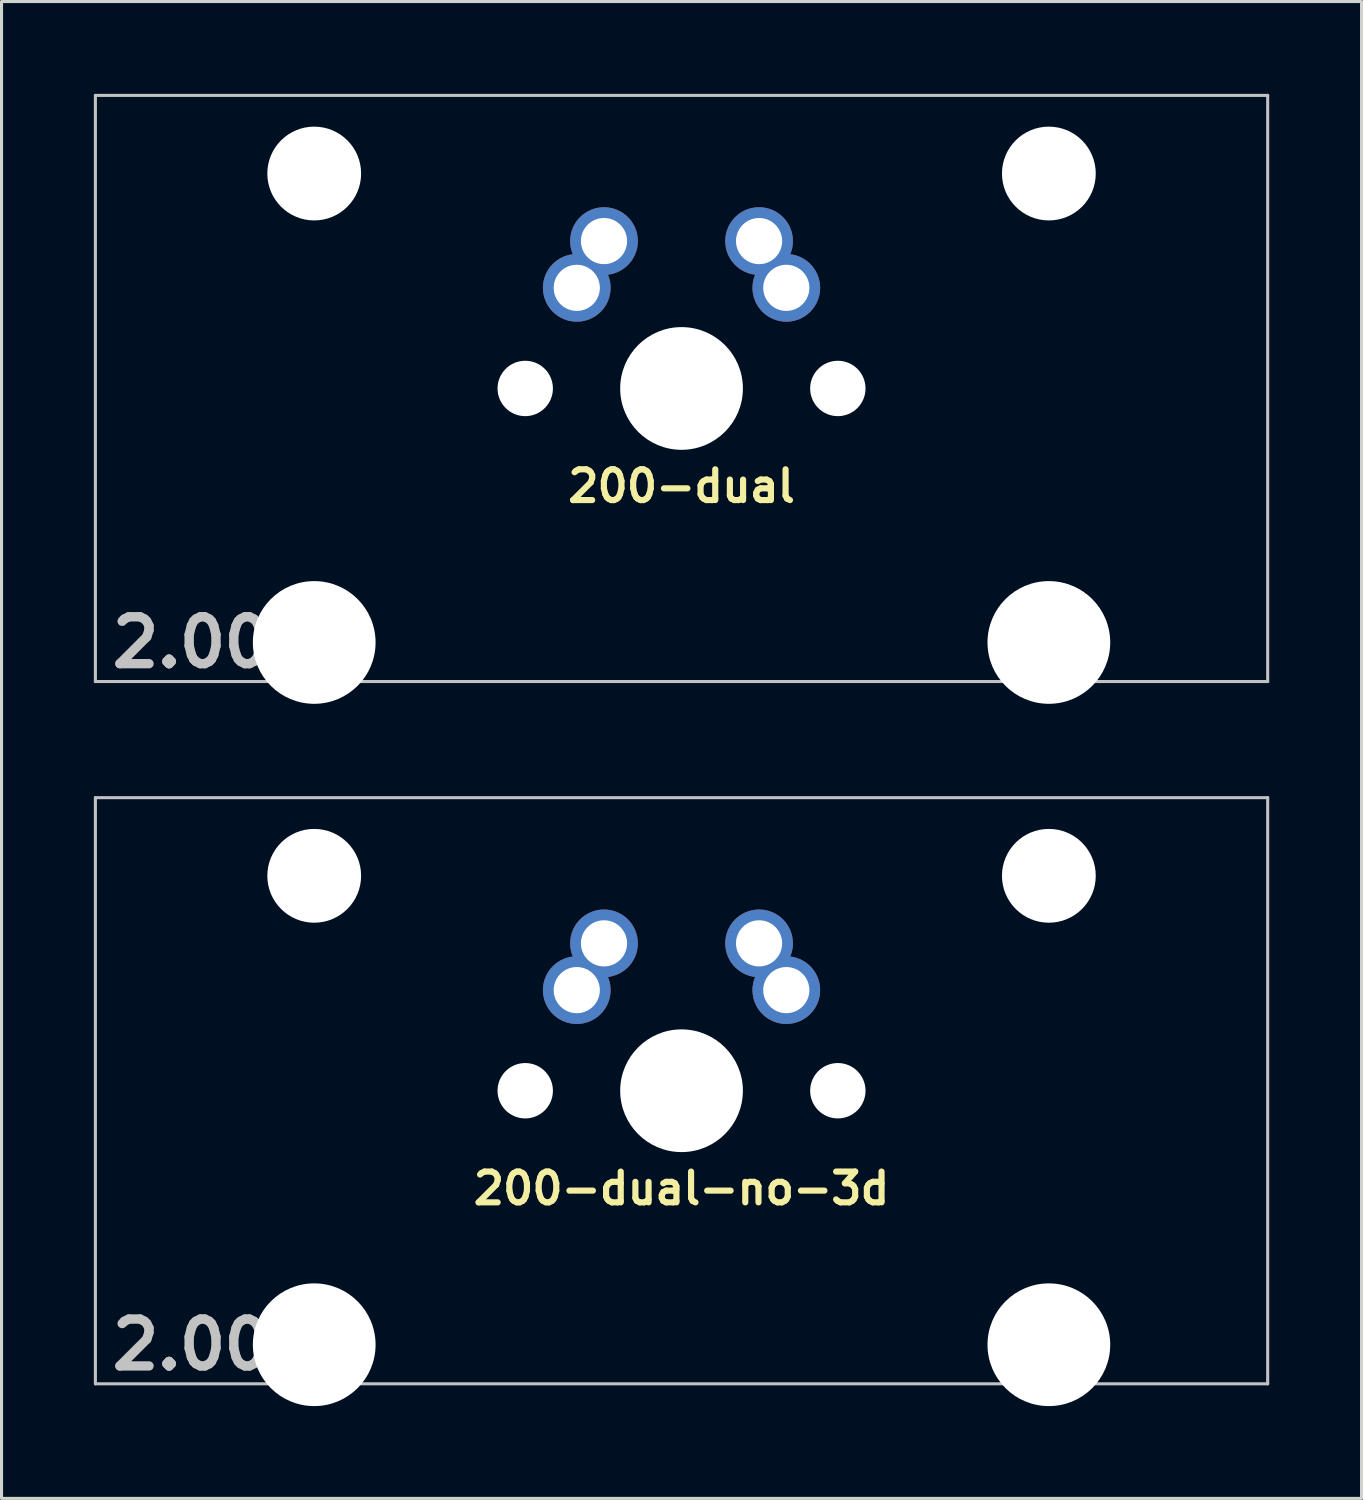
<source format=kicad_pcb>
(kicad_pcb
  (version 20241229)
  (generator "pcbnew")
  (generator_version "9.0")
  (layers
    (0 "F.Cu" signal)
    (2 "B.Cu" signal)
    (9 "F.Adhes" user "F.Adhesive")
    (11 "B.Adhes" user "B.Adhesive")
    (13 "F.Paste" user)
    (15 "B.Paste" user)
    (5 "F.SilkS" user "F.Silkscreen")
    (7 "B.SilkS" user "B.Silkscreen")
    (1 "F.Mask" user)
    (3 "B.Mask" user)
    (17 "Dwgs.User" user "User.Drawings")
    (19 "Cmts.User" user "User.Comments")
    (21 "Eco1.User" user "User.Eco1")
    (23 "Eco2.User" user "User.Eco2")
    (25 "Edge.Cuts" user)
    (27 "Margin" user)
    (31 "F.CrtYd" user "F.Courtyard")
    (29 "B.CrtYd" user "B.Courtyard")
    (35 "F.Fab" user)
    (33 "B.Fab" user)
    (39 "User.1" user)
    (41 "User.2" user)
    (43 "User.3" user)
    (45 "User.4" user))
  (footprint "200-dual-no-3d"
    (layer "F.Cu")
    (at 19.1 32.399)
    (property "Reference" "200-dual-no-3d" (at 0 3.175 0) (layer "F.SilkS") (effects (font (size 1 1) (thickness 0.2))))
    (attr through_hole)
    (fp_line (start -19.05 -9.525) (end 19.05 -9.525) (stroke (width 0.1) (type solid)) (layer "Dwgs.User"))
    (fp_line (start -19.05 9.525) (end -19.05 -9.525) (stroke (width 0.1) (type solid)) (layer "Dwgs.User"))
    (fp_line (start 19.05 -9.525) (end 19.05 9.525) (stroke (width 0.1) (type solid)) (layer "Dwgs.User"))
    (fp_line (start 19.05 9.525) (end -19.05 9.525) (stroke (width 0.1) (type solid)) (layer "Dwgs.User"))
    (fp_line (start -16.129 -2.286) (end -15.265 -2.286) (stroke (width 0.152) (type solid)) (layer "Eco2.User"))
    (fp_line (start -16.129 0.508) (end -16.129 -2.286) (stroke (width 0.152) (type solid)) (layer "Eco2.User"))
    (fp_line (start -15.265 -5.69) (end -8.611 -5.69) (stroke (width 0.152) (type solid)) (layer "Eco2.User"))
    (fp_line (start -15.265 -2.286) (end -15.265 -5.69) (stroke (width 0.152) (type solid)) (layer "Eco2.User"))
    (fp_line (start -15.265 0.508) (end -16.129 0.508) (stroke (width 0.152) (type solid)) (layer "Eco2.User"))
    (fp_line (start -15.265 6.604) (end -15.265 0.508) (stroke (width 0.152) (type solid)) (layer "Eco2.User"))
    (fp_line (start -14.224 6.604) (end -15.265 6.604) (stroke (width 0.152) (type solid)) (layer "Eco2.User"))
    (fp_line (start -14.224 7.772) (end -14.224 6.604) (stroke (width 0.152) (type solid)) (layer "Eco2.User"))
    (fp_line (start -9.652 6.604) (end -9.652 7.772) (stroke (width 0.152) (type solid)) (layer "Eco2.User"))
    (fp_line (start -9.652 7.772) (end -14.224 7.772) (stroke (width 0.152) (type solid)) (layer "Eco2.User"))
    (fp_line (start -8.611 -5.69) (end -8.611 -4.877) (stroke (width 0.152) (type solid)) (layer "Eco2.User"))
    (fp_line (start -8.611 -4.877) (end -6.985 -4.877) (stroke (width 0.152) (type solid)) (layer "Eco2.User"))
    (fp_line (start -8.611 5.817) (end -8.611 6.604) (stroke (width 0.152) (type solid)) (layer "Eco2.User"))
    (fp_line (start -8.611 6.604) (end -9.652 6.604) (stroke (width 0.152) (type solid)) (layer "Eco2.User"))
    (fp_line (start -6.985 -6.985) (end 6.985 -6.985) (stroke (width 0.152) (type solid)) (layer "Eco2.User"))
    (fp_line (start -6.985 -4.877) (end -6.985 -6.985) (stroke (width 0.152) (type solid)) (layer "Eco2.User"))
    (fp_line (start -6.985 5.817) (end -8.611 5.817) (stroke (width 0.152) (type solid)) (layer "Eco2.User"))
    (fp_line (start -6.985 6.985) (end -6.985 5.817) (stroke (width 0.152) (type solid)) (layer "Eco2.User"))
    (fp_line (start 6.985 -6.985) (end 6.985 -4.877) (stroke (width 0.152) (type solid)) (layer "Eco2.User"))
    (fp_line (start 6.985 -4.877) (end 8.611 -4.877) (stroke (width 0.152) (type solid)) (layer "Eco2.User"))
    (fp_line (start 6.985 5.817) (end 6.985 6.985) (stroke (width 0.152) (type solid)) (layer "Eco2.User"))
    (fp_line (start 6.985 6.985) (end -6.985 6.985) (stroke (width 0.152) (type solid)) (layer "Eco2.User"))
    (fp_line (start 8.611 -5.69) (end 15.265 -5.69) (stroke (width 0.152) (type solid)) (layer "Eco2.User"))
    (fp_line (start 8.611 -4.877) (end 8.611 -5.69) (stroke (width 0.152) (type solid)) (layer "Eco2.User"))
    (fp_line (start 8.611 5.817) (end 6.985 5.817) (stroke (width 0.152) (type solid)) (layer "Eco2.User"))
    (fp_line (start 8.611 6.604) (end 8.611 5.817) (stroke (width 0.152) (type solid)) (layer "Eco2.User"))
    (fp_line (start 9.652 6.604) (end 8.611 6.604) (stroke (width 0.152) (type solid)) (layer "Eco2.User"))
    (fp_line (start 9.652 7.772) (end 9.652 6.604) (stroke (width 0.152) (type solid)) (layer "Eco2.User"))
    (fp_line (start 14.224 6.604) (end 14.224 7.772) (stroke (width 0.152) (type solid)) (layer "Eco2.User"))
    (fp_line (start 14.224 7.772) (end 9.652 7.772) (stroke (width 0.152) (type solid)) (layer "Eco2.User"))
    (fp_line (start 15.265 -5.69) (end 15.265 -2.286) (stroke (width 0.152) (type solid)) (layer "Eco2.User"))
    (fp_line (start 15.265 -2.286) (end 16.129 -2.286) (stroke (width 0.152) (type solid)) (layer "Eco2.User"))
    (fp_line (start 15.265 0.508) (end 15.265 6.604) (stroke (width 0.152) (type solid)) (layer "Eco2.User"))
    (fp_line (start 15.265 6.604) (end 14.224 6.604) (stroke (width 0.152) (type solid)) (layer "Eco2.User"))
    (fp_line (start 16.129 -2.286) (end 16.129 0.508) (stroke (width 0.152) (type solid)) (layer "Eco2.User"))
    (fp_line (start 16.129 0.508) (end 15.265 0.508) (stroke (width 0.152) (type solid)) (layer "Eco2.User"))
    (fp_text user "2.00u" (at -15.24 8.255 0) (layer "Dwgs.User") (effects (font (size 1.524 1.524) (thickness 0.305))))
    (pad "" np_thru_hole circle (at -11.938 -6.985) (size 3.048 3.048) (drill 3.048) (layers "*.Cu" "*.Mask"))
    (pad "" np_thru_hole circle (at -11.938 8.255) (size 3.988 3.988) (drill 3.988) (layers "*.Cu" "*.Mask"))
    (pad "" np_thru_hole circle (at -5.08 0) (size 1.8 1.8) (drill 1.8) (layers "*.Cu" "*.Mask"))
    (pad "" np_thru_hole circle (at 0 0) (size 3.988 3.988) (drill 3.988) (layers "*.Cu" "*.Mask"))
    (pad "" np_thru_hole circle (at 5.08 0) (size 1.8 1.8) (drill 1.8) (layers "*.Cu" "*.Mask"))
    (pad "" np_thru_hole circle (at 11.938 -6.985) (size 3.048 3.048) (drill 3.048) (layers "*.Cu" "*.Mask"))
    (pad "" np_thru_hole circle (at 11.938 8.255) (size 3.988 3.988) (drill 3.988) (layers "*.Cu" "*.Mask"))
    (pad "1" thru_hole circle (at -3.405 -3.27 29) (size 2.2 2.2) (drill 1.5) (layers "*.Cu" "*.Mask"))
    (pad "1" thru_hole circle (at -2.52 -4.79) (size 2.2 2.2) (drill 1.5) (layers "*.Cu" "*.Mask"))
    (pad "2" thru_hole circle (at 2.52 -4.79) (size 2.2 2.2) (drill 1.5) (layers "*.Cu" "*.Mask"))
    (pad "2" thru_hole circle (at 3.405 -3.27 29) (size 2.2 2.2) (drill 1.5) (layers "*.Cu" "*.Mask")))
  (footprint "200-dual"
    (layer "F.Cu")
    (at 19.1 9.575)
    (property "Reference" "200-dual" (at 0 3.175 0) (layer "F.SilkS") (effects (font (size 1 1) (thickness 0.2))))
    (attr through_hole)
    (fp_line (start -19.05 -9.525) (end 19.05 -9.525) (stroke (width 0.1) (type solid)) (layer "Dwgs.User"))
    (fp_line (start -19.05 9.525) (end -19.05 -9.525) (stroke (width 0.1) (type solid)) (layer "Dwgs.User"))
    (fp_line (start 19.05 -9.525) (end 19.05 9.525) (stroke (width 0.1) (type solid)) (layer "Dwgs.User"))
    (fp_line (start 19.05 9.525) (end -19.05 9.525) (stroke (width 0.1) (type solid)) (layer "Dwgs.User"))
    (fp_line (start -16.129 -2.286) (end -15.265 -2.286) (stroke (width 0.152) (type solid)) (layer "Eco2.User"))
    (fp_line (start -16.129 0.508) (end -16.129 -2.286) (stroke (width 0.152) (type solid)) (layer "Eco2.User"))
    (fp_line (start -15.265 -5.69) (end -8.611 -5.69) (stroke (width 0.152) (type solid)) (layer "Eco2.User"))
    (fp_line (start -15.265 -2.286) (end -15.265 -5.69) (stroke (width 0.152) (type solid)) (layer "Eco2.User"))
    (fp_line (start -15.265 0.508) (end -16.129 0.508) (stroke (width 0.152) (type solid)) (layer "Eco2.User"))
    (fp_line (start -15.265 6.604) (end -15.265 0.508) (stroke (width 0.152) (type solid)) (layer "Eco2.User"))
    (fp_line (start -14.224 6.604) (end -15.265 6.604) (stroke (width 0.152) (type solid)) (layer "Eco2.User"))
    (fp_line (start -14.224 7.772) (end -14.224 6.604) (stroke (width 0.152) (type solid)) (layer "Eco2.User"))
    (fp_line (start -9.652 6.604) (end -9.652 7.772) (stroke (width 0.152) (type solid)) (layer "Eco2.User"))
    (fp_line (start -9.652 7.772) (end -14.224 7.772) (stroke (width 0.152) (type solid)) (layer "Eco2.User"))
    (fp_line (start -8.611 -5.69) (end -8.611 -4.877) (stroke (width 0.152) (type solid)) (layer "Eco2.User"))
    (fp_line (start -8.611 -4.877) (end -6.985 -4.877) (stroke (width 0.152) (type solid)) (layer "Eco2.User"))
    (fp_line (start -8.611 5.817) (end -8.611 6.604) (stroke (width 0.152) (type solid)) (layer "Eco2.User"))
    (fp_line (start -8.611 6.604) (end -9.652 6.604) (stroke (width 0.152) (type solid)) (layer "Eco2.User"))
    (fp_line (start -6.985 -6.985) (end 6.985 -6.985) (stroke (width 0.152) (type solid)) (layer "Eco2.User"))
    (fp_line (start -6.985 -4.877) (end -6.985 -6.985) (stroke (width 0.152) (type solid)) (layer "Eco2.User"))
    (fp_line (start -6.985 5.817) (end -8.611 5.817) (stroke (width 0.152) (type solid)) (layer "Eco2.User"))
    (fp_line (start -6.985 6.985) (end -6.985 5.817) (stroke (width 0.152) (type solid)) (layer "Eco2.User"))
    (fp_line (start 6.985 -6.985) (end 6.985 -4.877) (stroke (width 0.152) (type solid)) (layer "Eco2.User"))
    (fp_line (start 6.985 -4.877) (end 8.611 -4.877) (stroke (width 0.152) (type solid)) (layer "Eco2.User"))
    (fp_line (start 6.985 5.817) (end 6.985 6.985) (stroke (width 0.152) (type solid)) (layer "Eco2.User"))
    (fp_line (start 6.985 6.985) (end -6.985 6.985) (stroke (width 0.152) (type solid)) (layer "Eco2.User"))
    (fp_line (start 8.611 -5.69) (end 15.265 -5.69) (stroke (width 0.152) (type solid)) (layer "Eco2.User"))
    (fp_line (start 8.611 -4.877) (end 8.611 -5.69) (stroke (width 0.152) (type solid)) (layer "Eco2.User"))
    (fp_line (start 8.611 5.817) (end 6.985 5.817) (stroke (width 0.152) (type solid)) (layer "Eco2.User"))
    (fp_line (start 8.611 6.604) (end 8.611 5.817) (stroke (width 0.152) (type solid)) (layer "Eco2.User"))
    (fp_line (start 9.652 6.604) (end 8.611 6.604) (stroke (width 0.152) (type solid)) (layer "Eco2.User"))
    (fp_line (start 9.652 7.772) (end 9.652 6.604) (stroke (width 0.152) (type solid)) (layer "Eco2.User"))
    (fp_line (start 14.224 6.604) (end 14.224 7.772) (stroke (width 0.152) (type solid)) (layer "Eco2.User"))
    (fp_line (start 14.224 7.772) (end 9.652 7.772) (stroke (width 0.152) (type solid)) (layer "Eco2.User"))
    (fp_line (start 15.265 -5.69) (end 15.265 -2.286) (stroke (width 0.152) (type solid)) (layer "Eco2.User"))
    (fp_line (start 15.265 -2.286) (end 16.129 -2.286) (stroke (width 0.152) (type solid)) (layer "Eco2.User"))
    (fp_line (start 15.265 0.508) (end 15.265 6.604) (stroke (width 0.152) (type solid)) (layer "Eco2.User"))
    (fp_line (start 15.265 6.604) (end 14.224 6.604) (stroke (width 0.152) (type solid)) (layer "Eco2.User"))
    (fp_line (start 16.129 -2.286) (end 16.129 0.508) (stroke (width 0.152) (type solid)) (layer "Eco2.User"))
    (fp_line (start 16.129 0.508) (end 15.265 0.508) (stroke (width 0.152) (type solid)) (layer "Eco2.User"))
    (fp_text user "2.00u" (at -15.24 8.255 0) (layer "Dwgs.User") (effects (font (size 1.524 1.524) (thickness 0.305))))
    (pad "" np_thru_hole circle (at -11.938 -6.985) (size 3.048 3.048) (drill 3.048) (layers "*.Cu" "*.Mask"))
    (pad "" np_thru_hole circle (at -11.938 8.255) (size 3.988 3.988) (drill 3.988) (layers "*.Cu" "*.Mask"))
    (pad "" np_thru_hole circle (at -5.08 0) (size 1.8 1.8) (drill 1.8) (layers "*.Cu" "*.Mask"))
    (pad "" np_thru_hole circle (at 0 0) (size 3.988 3.988) (drill 3.988) (layers "*.Cu" "*.Mask"))
    (pad "" np_thru_hole circle (at 5.08 0) (size 1.8 1.8) (drill 1.8) (layers "*.Cu" "*.Mask"))
    (pad "" np_thru_hole circle (at 11.938 -6.985) (size 3.048 3.048) (drill 3.048) (layers "*.Cu" "*.Mask"))
    (pad "" np_thru_hole circle (at 11.938 8.255) (size 3.988 3.988) (drill 3.988) (layers "*.Cu" "*.Mask"))
    (pad "1" thru_hole circle (at -3.405 -3.27 29) (size 2.2 2.2) (drill 1.5) (layers "*.Cu" "*.Mask"))
    (pad "1" thru_hole circle (at -2.52 -4.79) (size 2.2 2.2) (drill 1.5) (layers "*.Cu" "*.Mask"))
    (pad "2" thru_hole circle (at 2.52 -4.79) (size 2.2 2.2) (drill 1.5) (layers "*.Cu" "*.Mask"))
    (pad "2" thru_hole circle (at 3.405 -3.27 29) (size 2.2 2.2) (drill 1.5) (layers "*.Cu" "*.Mask")))
  (gr_rect
    (start -3 -3)
    (end 41.2 45.648)
    (stroke (width 0.1) (type default))
    (fill no)
    (layer "Edge.Cuts")))
</source>
